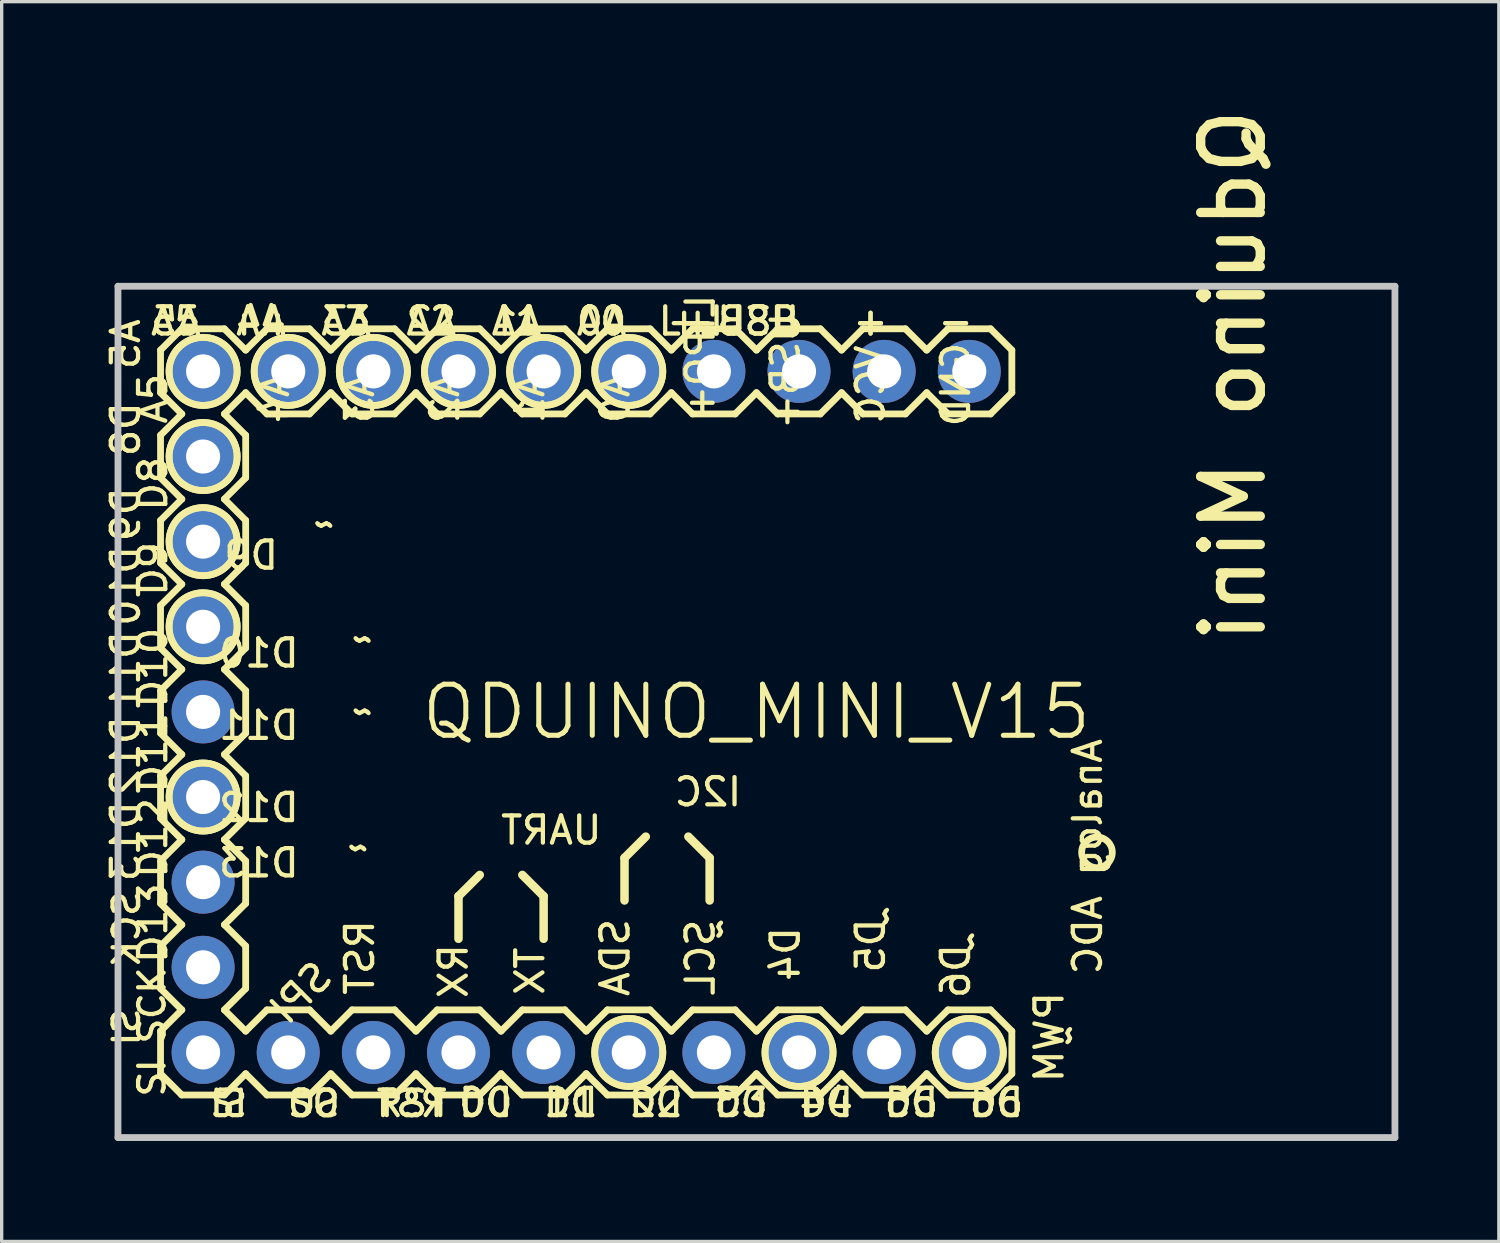
<source format=kicad_pcb>
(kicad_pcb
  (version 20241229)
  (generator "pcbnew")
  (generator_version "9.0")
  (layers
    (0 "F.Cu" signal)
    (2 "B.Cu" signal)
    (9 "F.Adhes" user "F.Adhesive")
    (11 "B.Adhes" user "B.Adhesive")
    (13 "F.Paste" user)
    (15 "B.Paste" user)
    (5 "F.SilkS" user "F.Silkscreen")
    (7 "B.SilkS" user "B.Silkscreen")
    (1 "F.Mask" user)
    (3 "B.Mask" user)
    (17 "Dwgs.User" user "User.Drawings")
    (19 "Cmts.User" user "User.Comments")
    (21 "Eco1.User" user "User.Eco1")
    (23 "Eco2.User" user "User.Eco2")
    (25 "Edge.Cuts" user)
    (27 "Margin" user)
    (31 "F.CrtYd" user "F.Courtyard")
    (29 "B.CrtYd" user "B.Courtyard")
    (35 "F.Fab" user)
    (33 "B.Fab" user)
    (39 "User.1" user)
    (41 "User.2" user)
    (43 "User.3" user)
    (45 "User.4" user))
  (footprint "QDUINO_MINI_V15"
    (layer "F.Cu")
    (at 19.52 18.191)
    (property "Reference" "QDUINO_MINI_V15" (at 0 0 0) (layer "F.SilkS") (effects (font (size 1.524 1.524) (thickness 0.15))))
    (attr exclude_from_pos_files exclude_from_bom)
    (fp_line (start -17.78 -10.795) (end -17.78 -9.525) (stroke (width 0.203) (type solid)) (layer "F.SilkS"))
    (fp_line (start -17.78 -9.525) (end -17.145 -8.89) (stroke (width 0.203) (type solid)) (layer "F.SilkS"))
    (fp_line (start -17.78 -8.255) (end -17.145 -8.89) (stroke (width 0.203) (type solid)) (layer "F.SilkS"))
    (fp_line (start -17.78 -6.985) (end -17.78 -8.255) (stroke (width 0.203) (type solid)) (layer "F.SilkS"))
    (fp_line (start -17.78 -6.985) (end -17.145 -6.35) (stroke (width 0.203) (type solid)) (layer "F.SilkS"))
    (fp_line (start -17.78 -5.715) (end -17.145 -6.35) (stroke (width 0.203) (type solid)) (layer "F.SilkS"))
    (fp_line (start -17.78 -4.445) (end -17.78 -5.715) (stroke (width 0.203) (type solid)) (layer "F.SilkS"))
    (fp_line (start -17.78 -3.175) (end -17.145 -3.81) (stroke (width 0.203) (type solid)) (layer "F.SilkS"))
    (fp_line (start -17.78 -1.905) (end -17.78 -3.175) (stroke (width 0.203) (type solid)) (layer "F.SilkS"))
    (fp_line (start -17.78 -0.635) (end -17.145 -1.27) (stroke (width 0.203) (type solid)) (layer "F.SilkS"))
    (fp_line (start -17.78 0.635) (end -17.78 -0.635) (stroke (width 0.203) (type solid)) (layer "F.SilkS"))
    (fp_line (start -17.78 0.635) (end -17.145 1.27) (stroke (width 0.203) (type solid)) (layer "F.SilkS"))
    (fp_line (start -17.78 1.905) (end -17.145 1.27) (stroke (width 0.203) (type solid)) (layer "F.SilkS"))
    (fp_line (start -17.78 3.175) (end -17.78 1.905) (stroke (width 0.203) (type solid)) (layer "F.SilkS"))
    (fp_line (start -17.78 4.445) (end -17.145 3.81) (stroke (width 0.203) (type solid)) (layer "F.SilkS"))
    (fp_line (start -17.78 5.715) (end -17.78 4.445) (stroke (width 0.203) (type solid)) (layer "F.SilkS"))
    (fp_line (start -17.78 6.985) (end -17.145 6.35) (stroke (width 0.203) (type solid)) (layer "F.SilkS"))
    (fp_line (start -17.78 8.255) (end -17.78 6.985) (stroke (width 0.203) (type solid)) (layer "F.SilkS"))
    (fp_line (start -17.78 8.255) (end -17.145 8.89) (stroke (width 0.203) (type solid)) (layer "F.SilkS"))
    (fp_line (start -17.78 9.525) (end -17.78 10.795) (stroke (width 0.203) (type solid)) (layer "F.SilkS"))
    (fp_line (start -17.78 10.795) (end -17.145 11.43) (stroke (width 0.203) (type solid)) (layer "F.SilkS"))
    (fp_line (start -17.145 -11.43) (end -17.78 -10.795) (stroke (width 0.203) (type solid)) (layer "F.SilkS"))
    (fp_line (start -17.145 -11.43) (end -15.875 -11.43) (stroke (width 0.203) (type solid)) (layer "F.SilkS"))
    (fp_line (start -17.145 -3.81) (end -17.78 -4.445) (stroke (width 0.203) (type solid)) (layer "F.SilkS"))
    (fp_line (start -17.145 -1.27) (end -17.78 -1.905) (stroke (width 0.203) (type solid)) (layer "F.SilkS"))
    (fp_line (start -17.145 3.81) (end -17.78 3.175) (stroke (width 0.203) (type solid)) (layer "F.SilkS"))
    (fp_line (start -17.145 6.35) (end -17.78 5.715) (stroke (width 0.203) (type solid)) (layer "F.SilkS"))
    (fp_line (start -17.145 8.89) (end -17.78 9.525) (stroke (width 0.203) (type solid)) (layer "F.SilkS"))
    (fp_line (start -15.875 -11.43) (end -15.24 -10.795) (stroke (width 0.203) (type solid)) (layer "F.SilkS"))
    (fp_line (start -15.875 -8.89) (end -15.24 -8.255) (stroke (width 0.203) (type solid)) (layer "F.SilkS"))
    (fp_line (start -15.875 -6.35) (end -15.24 -6.985) (stroke (width 0.203) (type solid)) (layer "F.SilkS"))
    (fp_line (start -15.875 -6.35) (end -15.24 -5.715) (stroke (width 0.203) (type solid)) (layer "F.SilkS"))
    (fp_line (start -15.875 -3.81) (end -15.24 -3.175) (stroke (width 0.203) (type solid)) (layer "F.SilkS"))
    (fp_line (start -15.875 -1.27) (end -15.24 -0.635) (stroke (width 0.203) (type solid)) (layer "F.SilkS"))
    (fp_line (start -15.875 1.27) (end -15.24 0.635) (stroke (width 0.203) (type solid)) (layer "F.SilkS"))
    (fp_line (start -15.875 1.27) (end -15.24 1.905) (stroke (width 0.203) (type solid)) (layer "F.SilkS"))
    (fp_line (start -15.875 3.81) (end -15.24 4.445) (stroke (width 0.203) (type solid)) (layer "F.SilkS"))
    (fp_line (start -15.875 6.35) (end -15.24 6.985) (stroke (width 0.203) (type solid)) (layer "F.SilkS"))
    (fp_line (start -15.875 8.89) (end -15.24 8.255) (stroke (width 0.203) (type solid)) (layer "F.SilkS"))
    (fp_line (start -15.875 8.89) (end -15.24 9.525) (stroke (width 0.203) (type solid)) (layer "F.SilkS"))
    (fp_line (start -15.875 11.43) (end -17.145 11.43) (stroke (width 0.203) (type solid)) (layer "F.SilkS"))
    (fp_line (start -15.24 -10.795) (end -14.605 -11.43) (stroke (width 0.203) (type solid)) (layer "F.SilkS"))
    (fp_line (start -15.24 -9.525) (end -15.875 -8.89) (stroke (width 0.203) (type solid)) (layer "F.SilkS"))
    (fp_line (start -15.24 -8.255) (end -15.24 -6.985) (stroke (width 0.203) (type solid)) (layer "F.SilkS"))
    (fp_line (start -15.24 -5.715) (end -15.24 -4.445) (stroke (width 0.203) (type solid)) (layer "F.SilkS"))
    (fp_line (start -15.24 -4.445) (end -15.875 -3.81) (stroke (width 0.203) (type solid)) (layer "F.SilkS"))
    (fp_line (start -15.24 -3.175) (end -15.24 -1.905) (stroke (width 0.203) (type solid)) (layer "F.SilkS"))
    (fp_line (start -15.24 -1.905) (end -15.875 -1.27) (stroke (width 0.203) (type solid)) (layer "F.SilkS"))
    (fp_line (start -15.24 -0.635) (end -15.24 0.635) (stroke (width 0.203) (type solid)) (layer "F.SilkS"))
    (fp_line (start -15.24 1.905) (end -15.24 3.175) (stroke (width 0.203) (type solid)) (layer "F.SilkS"))
    (fp_line (start -15.24 3.175) (end -15.875 3.81) (stroke (width 0.203) (type solid)) (layer "F.SilkS"))
    (fp_line (start -15.24 4.445) (end -15.24 5.715) (stroke (width 0.203) (type solid)) (layer "F.SilkS"))
    (fp_line (start -15.24 5.715) (end -15.875 6.35) (stroke (width 0.203) (type solid)) (layer "F.SilkS"))
    (fp_line (start -15.24 6.985) (end -15.24 8.255) (stroke (width 0.203) (type solid)) (layer "F.SilkS"))
    (fp_line (start -15.24 9.525) (end -14.605 8.89) (stroke (width 0.203) (type solid)) (layer "F.SilkS"))
    (fp_line (start -15.24 10.795) (end -15.875 11.43) (stroke (width 0.203) (type solid)) (layer "F.SilkS"))
    (fp_line (start -14.605 -11.43) (end -13.335 -11.43) (stroke (width 0.203) (type solid)) (layer "F.SilkS"))
    (fp_line (start -14.605 -8.89) (end -15.24 -9.525) (stroke (width 0.203) (type solid)) (layer "F.SilkS"))
    (fp_line (start -14.605 8.89) (end -13.335 8.89) (stroke (width 0.203) (type solid)) (layer "F.SilkS"))
    (fp_line (start -14.605 11.43) (end -15.24 10.795) (stroke (width 0.203) (type solid)) (layer "F.SilkS"))
    (fp_line (start -13.335 -11.43) (end -12.7 -10.795) (stroke (width 0.203) (type solid)) (layer "F.SilkS"))
    (fp_line (start -13.335 -8.89) (end -14.605 -8.89) (stroke (width 0.203) (type solid)) (layer "F.SilkS"))
    (fp_line (start -13.335 8.89) (end -12.7 9.525) (stroke (width 0.203) (type solid)) (layer "F.SilkS"))
    (fp_line (start -13.335 11.43) (end -14.605 11.43) (stroke (width 0.203) (type solid)) (layer "F.SilkS"))
    (fp_line (start -12.7 -10.795) (end -12.065 -11.43) (stroke (width 0.203) (type solid)) (layer "F.SilkS"))
    (fp_line (start -12.7 -9.525) (end -13.335 -8.89) (stroke (width 0.203) (type solid)) (layer "F.SilkS"))
    (fp_line (start -12.7 9.525) (end -12.065 8.89) (stroke (width 0.203) (type solid)) (layer "F.SilkS"))
    (fp_line (start -12.7 10.795) (end -13.335 11.43) (stroke (width 0.203) (type solid)) (layer "F.SilkS"))
    (fp_line (start -12.065 -11.43) (end -10.795 -11.43) (stroke (width 0.203) (type solid)) (layer "F.SilkS"))
    (fp_line (start -12.065 -8.89) (end -12.7 -9.525) (stroke (width 0.203) (type solid)) (layer "F.SilkS"))
    (fp_line (start -12.065 8.89) (end -10.795 8.89) (stroke (width 0.203) (type solid)) (layer "F.SilkS"))
    (fp_line (start -12.065 11.43) (end -12.7 10.795) (stroke (width 0.203) (type solid)) (layer "F.SilkS"))
    (fp_line (start -10.795 -11.43) (end -10.16 -10.795) (stroke (width 0.203) (type solid)) (layer "F.SilkS"))
    (fp_line (start -10.795 -8.89) (end -12.065 -8.89) (stroke (width 0.203) (type solid)) (layer "F.SilkS"))
    (fp_line (start -10.795 8.89) (end -10.16 9.525) (stroke (width 0.203) (type solid)) (layer "F.SilkS"))
    (fp_line (start -10.795 11.43) (end -12.065 11.43) (stroke (width 0.203) (type solid)) (layer "F.SilkS"))
    (fp_line (start -10.16 -9.525) (end -10.795 -8.89) (stroke (width 0.203) (type solid)) (layer "F.SilkS"))
    (fp_line (start -10.16 -9.525) (end -9.525 -8.89) (stroke (width 0.203) (type solid)) (layer "F.SilkS"))
    (fp_line (start -10.16 10.795) (end -10.795 11.43) (stroke (width 0.203) (type solid)) (layer "F.SilkS"))
    (fp_line (start -10.16 10.795) (end -9.525 11.43) (stroke (width 0.203) (type solid)) (layer "F.SilkS"))
    (fp_line (start -9.525 -11.43) (end -10.16 -10.795) (stroke (width 0.203) (type solid)) (layer "F.SilkS"))
    (fp_line (start -9.525 -11.43) (end -8.255 -11.43) (stroke (width 0.203) (type solid)) (layer "F.SilkS"))
    (fp_line (start -9.525 8.89) (end -10.16 9.525) (stroke (width 0.203) (type solid)) (layer "F.SilkS"))
    (fp_line (start -9.525 8.89) (end -8.255 8.89) (stroke (width 0.203) (type solid)) (layer "F.SilkS"))
    (fp_line (start -8.89 5.499) (end -8.89 6.769) (stroke (width 0.254) (type solid)) (layer "F.SilkS"))
    (fp_line (start -8.89 5.499) (end -8.255 4.864) (stroke (width 0.254) (type solid)) (layer "F.SilkS"))
    (fp_line (start -8.255 -11.43) (end -7.62 -10.795) (stroke (width 0.203) (type solid)) (layer "F.SilkS"))
    (fp_line (start -8.255 -8.89) (end -9.525 -8.89) (stroke (width 0.203) (type solid)) (layer "F.SilkS"))
    (fp_line (start -8.255 8.89) (end -7.62 9.525) (stroke (width 0.203) (type solid)) (layer "F.SilkS"))
    (fp_line (start -8.255 11.43) (end -9.525 11.43) (stroke (width 0.203) (type solid)) (layer "F.SilkS"))
    (fp_line (start -7.62 -10.795) (end -6.985 -11.43) (stroke (width 0.203) (type solid)) (layer "F.SilkS"))
    (fp_line (start -7.62 -9.525) (end -8.255 -8.89) (stroke (width 0.203) (type solid)) (layer "F.SilkS"))
    (fp_line (start -7.62 9.525) (end -6.985 8.89) (stroke (width 0.203) (type solid)) (layer "F.SilkS"))
    (fp_line (start -7.62 10.795) (end -8.255 11.43) (stroke (width 0.203) (type solid)) (layer "F.SilkS"))
    (fp_line (start -6.985 -11.43) (end -5.715 -11.43) (stroke (width 0.203) (type solid)) (layer "F.SilkS"))
    (fp_line (start -6.985 -8.89) (end -7.62 -9.525) (stroke (width 0.203) (type solid)) (layer "F.SilkS"))
    (fp_line (start -6.985 4.864) (end -6.35 5.499) (stroke (width 0.254) (type solid)) (layer "F.SilkS"))
    (fp_line (start -6.985 8.89) (end -5.715 8.89) (stroke (width 0.203) (type solid)) (layer "F.SilkS"))
    (fp_line (start -6.985 11.43) (end -7.62 10.795) (stroke (width 0.203) (type solid)) (layer "F.SilkS"))
    (fp_line (start -6.35 5.499) (end -6.35 6.769) (stroke (width 0.254) (type solid)) (layer "F.SilkS"))
    (fp_line (start -5.715 -11.43) (end -5.08 -10.795) (stroke (width 0.203) (type solid)) (layer "F.SilkS"))
    (fp_line (start -5.715 -8.89) (end -6.985 -8.89) (stroke (width 0.203) (type solid)) (layer "F.SilkS"))
    (fp_line (start -5.715 8.89) (end -5.08 9.525) (stroke (width 0.203) (type solid)) (layer "F.SilkS"))
    (fp_line (start -5.715 11.43) (end -6.985 11.43) (stroke (width 0.203) (type solid)) (layer "F.SilkS"))
    (fp_line (start -5.08 -10.795) (end -4.445 -11.43) (stroke (width 0.203) (type solid)) (layer "F.SilkS"))
    (fp_line (start -5.08 -9.525) (end -5.715 -8.89) (stroke (width 0.203) (type solid)) (layer "F.SilkS"))
    (fp_line (start -5.08 9.525) (end -4.445 8.89) (stroke (width 0.203) (type solid)) (layer "F.SilkS"))
    (fp_line (start -5.08 10.795) (end -5.715 11.43) (stroke (width 0.203) (type solid)) (layer "F.SilkS"))
    (fp_line (start -4.445 -11.43) (end -3.175 -11.43) (stroke (width 0.203) (type solid)) (layer "F.SilkS"))
    (fp_line (start -4.445 -8.89) (end -5.08 -9.525) (stroke (width 0.203) (type solid)) (layer "F.SilkS"))
    (fp_line (start -4.445 8.89) (end -3.175 8.89) (stroke (width 0.203) (type solid)) (layer "F.SilkS"))
    (fp_line (start -4.445 11.43) (end -5.08 10.795) (stroke (width 0.203) (type solid)) (layer "F.SilkS"))
    (fp_line (start -3.937 4.356) (end -3.302 3.721) (stroke (width 0.254) (type solid)) (layer "F.SilkS"))
    (fp_line (start -3.937 5.626) (end -3.937 4.356) (stroke (width 0.254) (type solid)) (layer "F.SilkS"))
    (fp_line (start -3.175 -11.43) (end -2.54 -10.795) (stroke (width 0.203) (type solid)) (layer "F.SilkS"))
    (fp_line (start -3.175 -8.89) (end -4.445 -8.89) (stroke (width 0.203) (type solid)) (layer "F.SilkS"))
    (fp_line (start -3.175 8.89) (end -2.54 9.525) (stroke (width 0.203) (type solid)) (layer "F.SilkS"))
    (fp_line (start -3.175 11.43) (end -4.445 11.43) (stroke (width 0.203) (type solid)) (layer "F.SilkS"))
    (fp_line (start -2.54 -9.525) (end -3.175 -8.89) (stroke (width 0.203) (type solid)) (layer "F.SilkS"))
    (fp_line (start -2.54 -9.525) (end -1.905 -8.89) (stroke (width 0.203) (type solid)) (layer "F.SilkS"))
    (fp_line (start -2.54 10.795) (end -3.175 11.43) (stroke (width 0.203) (type solid)) (layer "F.SilkS"))
    (fp_line (start -2.54 10.795) (end -1.905 11.43) (stroke (width 0.203) (type solid)) (layer "F.SilkS"))
    (fp_line (start -2.032 3.721) (end -1.397 4.356) (stroke (width 0.254) (type solid)) (layer "F.SilkS"))
    (fp_line (start -1.905 -11.43) (end -2.54 -10.795) (stroke (width 0.203) (type solid)) (layer "F.SilkS"))
    (fp_line (start -1.905 -11.43) (end -0.635 -11.43) (stroke (width 0.203) (type solid)) (layer "F.SilkS"))
    (fp_line (start -1.905 8.89) (end -2.54 9.525) (stroke (width 0.203) (type solid)) (layer "F.SilkS"))
    (fp_line (start -1.905 8.89) (end -0.635 8.89) (stroke (width 0.203) (type solid)) (layer "F.SilkS"))
    (fp_line (start -1.397 4.356) (end -1.397 5.626) (stroke (width 0.254) (type solid)) (layer "F.SilkS"))
    (fp_line (start -0.635 -11.43) (end 0 -10.795) (stroke (width 0.203) (type solid)) (layer "F.SilkS"))
    (fp_line (start -0.635 -8.89) (end -1.905 -8.89) (stroke (width 0.203) (type solid)) (layer "F.SilkS"))
    (fp_line (start -0.635 8.89) (end 0 9.525) (stroke (width 0.203) (type solid)) (layer "F.SilkS"))
    (fp_line (start -0.635 11.43) (end -1.905 11.43) (stroke (width 0.203) (type solid)) (layer "F.SilkS"))
    (fp_line (start 0 -9.525) (end -0.635 -8.89) (stroke (width 0.203) (type solid)) (layer "F.SilkS"))
    (fp_line (start 0 -9.525) (end 0.635 -8.89) (stroke (width 0.203) (type solid)) (layer "F.SilkS"))
    (fp_line (start 0 10.795) (end -0.635 11.43) (stroke (width 0.203) (type solid)) (layer "F.SilkS"))
    (fp_line (start 0 10.795) (end 0.635 11.43) (stroke (width 0.203) (type solid)) (layer "F.SilkS"))
    (fp_line (start 0.635 -11.43) (end 0 -10.795) (stroke (width 0.203) (type solid)) (layer "F.SilkS"))
    (fp_line (start 0.635 -11.43) (end 1.905 -11.43) (stroke (width 0.203) (type solid)) (layer "F.SilkS"))
    (fp_line (start 0.635 8.89) (end 0 9.525) (stroke (width 0.203) (type solid)) (layer "F.SilkS"))
    (fp_line (start 0.635 8.89) (end 1.905 8.89) (stroke (width 0.203) (type solid)) (layer "F.SilkS"))
    (fp_line (start 1.905 -11.43) (end 2.54 -10.795) (stroke (width 0.203) (type solid)) (layer "F.SilkS"))
    (fp_line (start 1.905 -8.89) (end 0.635 -8.89) (stroke (width 0.203) (type solid)) (layer "F.SilkS"))
    (fp_line (start 1.905 8.89) (end 2.54 9.525) (stroke (width 0.203) (type solid)) (layer "F.SilkS"))
    (fp_line (start 1.905 11.43) (end 0.635 11.43) (stroke (width 0.203) (type solid)) (layer "F.SilkS"))
    (fp_line (start 2.54 -9.525) (end 1.905 -8.89) (stroke (width 0.203) (type solid)) (layer "F.SilkS"))
    (fp_line (start 2.54 -9.525) (end 3.175 -8.89) (stroke (width 0.203) (type solid)) (layer "F.SilkS"))
    (fp_line (start 2.54 10.795) (end 1.905 11.43) (stroke (width 0.203) (type solid)) (layer "F.SilkS"))
    (fp_line (start 2.54 10.795) (end 3.175 11.43) (stroke (width 0.203) (type solid)) (layer "F.SilkS"))
    (fp_line (start 3.175 -11.43) (end 2.54 -10.795) (stroke (width 0.203) (type solid)) (layer "F.SilkS"))
    (fp_line (start 3.175 -11.43) (end 4.445 -11.43) (stroke (width 0.203) (type solid)) (layer "F.SilkS"))
    (fp_line (start 3.175 8.89) (end 2.54 9.525) (stroke (width 0.203) (type solid)) (layer "F.SilkS"))
    (fp_line (start 3.175 8.89) (end 4.445 8.89) (stroke (width 0.203) (type solid)) (layer "F.SilkS"))
    (fp_line (start 4.445 -11.43) (end 5.08 -10.795) (stroke (width 0.203) (type solid)) (layer "F.SilkS"))
    (fp_line (start 4.445 -8.89) (end 3.175 -8.89) (stroke (width 0.203) (type solid)) (layer "F.SilkS"))
    (fp_line (start 4.445 8.89) (end 5.08 9.525) (stroke (width 0.203) (type solid)) (layer "F.SilkS"))
    (fp_line (start 4.445 11.43) (end 3.175 11.43) (stroke (width 0.203) (type solid)) (layer "F.SilkS"))
    (fp_line (start 5.08 -9.525) (end 4.445 -8.89) (stroke (width 0.203) (type solid)) (layer "F.SilkS"))
    (fp_line (start 5.08 -9.525) (end 5.715 -8.89) (stroke (width 0.203) (type solid)) (layer "F.SilkS"))
    (fp_line (start 5.08 10.795) (end 4.445 11.43) (stroke (width 0.203) (type solid)) (layer "F.SilkS"))
    (fp_line (start 5.08 10.795) (end 5.715 11.43) (stroke (width 0.203) (type solid)) (layer "F.SilkS"))
    (fp_line (start 5.715 -11.43) (end 5.08 -10.795) (stroke (width 0.203) (type solid)) (layer "F.SilkS"))
    (fp_line (start 5.715 -11.43) (end 6.985 -11.43) (stroke (width 0.203) (type solid)) (layer "F.SilkS"))
    (fp_line (start 5.715 8.89) (end 5.08 9.525) (stroke (width 0.203) (type solid)) (layer "F.SilkS"))
    (fp_line (start 5.715 8.89) (end 6.985 8.89) (stroke (width 0.203) (type solid)) (layer "F.SilkS"))
    (fp_line (start 6.985 -11.43) (end 7.62 -10.795) (stroke (width 0.203) (type solid)) (layer "F.SilkS"))
    (fp_line (start 6.985 -8.89) (end 5.715 -8.89) (stroke (width 0.203) (type solid)) (layer "F.SilkS"))
    (fp_line (start 6.985 8.89) (end 7.62 9.525) (stroke (width 0.203) (type solid)) (layer "F.SilkS"))
    (fp_line (start 6.985 11.43) (end 5.715 11.43) (stroke (width 0.203) (type solid)) (layer "F.SilkS"))
    (fp_line (start 7.62 -10.795) (end 7.62 -9.525) (stroke (width 0.203) (type solid)) (layer "F.SilkS"))
    (fp_line (start 7.62 -9.525) (end 6.985 -8.89) (stroke (width 0.203) (type solid)) (layer "F.SilkS"))
    (fp_line (start 7.62 9.525) (end 7.62 10.795) (stroke (width 0.203) (type solid)) (layer "F.SilkS"))
    (fp_line (start 7.62 10.795) (end 6.985 11.43) (stroke (width 0.203) (type solid)) (layer "F.SilkS"))
    (fp_circle (center -16.51 -10.16) (end -16.51 -11.176) (stroke (width 0.203) (type solid)) (fill no) (layer "F.SilkS"))
    (fp_circle (center -16.51 -10.16) (end -16.51 -11.176) (stroke (width 0.203) (type solid)) (fill no) (layer "F.SilkS"))
    (fp_circle (center -16.51 -7.62) (end -16.51 -8.636) (stroke (width 0.203) (type solid)) (fill no) (layer "F.SilkS"))
    (fp_circle (center -16.51 -7.62) (end -16.51 -8.636) (stroke (width 0.203) (type solid)) (fill no) (layer "F.SilkS"))
    (fp_circle (center -16.51 -5.08) (end -16.51 -6.096) (stroke (width 0.203) (type solid)) (fill no) (layer "F.SilkS"))
    (fp_circle (center -16.51 -5.08) (end -16.51 -6.096) (stroke (width 0.203) (type solid)) (fill no) (layer "F.SilkS"))
    (fp_circle (center -16.51 -2.54) (end -16.51 -3.556) (stroke (width 0.203) (type solid)) (fill no) (layer "F.SilkS"))
    (fp_circle (center -16.51 -2.54) (end -16.51 -3.556) (stroke (width 0.203) (type solid)) (fill no) (layer "F.SilkS"))
    (fp_circle (center -16.51 2.54) (end -16.51 1.524) (stroke (width 0.203) (type solid)) (fill no) (layer "F.SilkS"))
    (fp_circle (center -16.51 2.54) (end -16.51 1.524) (stroke (width 0.203) (type solid)) (fill no) (layer "F.SilkS"))
    (fp_circle (center -13.97 -10.16) (end -13.97 -11.176) (stroke (width 0.203) (type solid)) (fill no) (layer "F.SilkS"))
    (fp_circle (center -13.97 -10.16) (end -13.97 -11.176) (stroke (width 0.203) (type solid)) (fill no) (layer "F.SilkS"))
    (fp_circle (center -11.43 -10.16) (end -11.43 -11.176) (stroke (width 0.203) (type solid)) (fill no) (layer "F.SilkS"))
    (fp_circle (center -11.43 -10.16) (end -11.43 -11.176) (stroke (width 0.203) (type solid)) (fill no) (layer "F.SilkS"))
    (fp_circle (center -8.89 -10.16) (end -8.89 -11.176) (stroke (width 0.203) (type solid)) (fill no) (layer "F.SilkS"))
    (fp_circle (center -8.89 -10.16) (end -8.89 -11.176) (stroke (width 0.203) (type solid)) (fill no) (layer "F.SilkS"))
    (fp_circle (center -6.35 -10.16) (end -6.35 -11.176) (stroke (width 0.203) (type solid)) (fill no) (layer "F.SilkS"))
    (fp_circle (center -6.35 -10.16) (end -6.35 -11.176) (stroke (width 0.203) (type solid)) (fill no) (layer "F.SilkS"))
    (fp_circle (center -3.81 -10.16) (end -3.81 -11.176) (stroke (width 0.203) (type solid)) (fill no) (layer "F.SilkS"))
    (fp_circle (center -3.81 -10.16) (end -3.81 -11.176) (stroke (width 0.203) (type solid)) (fill no) (layer "F.SilkS"))
    (fp_circle (center -3.81 10.16) (end -3.81 9.144) (stroke (width 0.203) (type solid)) (fill no) (layer "F.SilkS"))
    (fp_circle (center -3.81 10.16) (end -3.81 9.144) (stroke (width 0.203) (type solid)) (fill no) (layer "F.SilkS"))
    (fp_circle (center 1.27 10.16) (end 1.27 9.144) (stroke (width 0.203) (type solid)) (fill no) (layer "F.SilkS"))
    (fp_circle (center 1.27 10.16) (end 1.27 9.144) (stroke (width 0.203) (type solid)) (fill no) (layer "F.SilkS"))
    (fp_circle (center 6.35 10.16) (end 6.35 9.144) (stroke (width 0.203) (type solid)) (fill no) (layer "F.SilkS"))
    (fp_circle (center 6.35 10.16) (end 6.35 9.144) (stroke (width 0.203) (type solid)) (fill no) (layer "F.SilkS"))
    (fp_circle (center 10.16 4.191) (end 10.16 3.734) (stroke (width 0.203) (type solid)) (fill no) (layer "F.SilkS"))
    (fp_line (start -19.05 -12.7) (end -19.05 12.7) (stroke (width 0.203) (type solid)) (layer "Dwgs.User"))
    (fp_line (start -19.05 12.7) (end 19.05 12.7) (stroke (width 0.203) (type solid)) (layer "Dwgs.User"))
    (fp_line (start -16.764 -10.414) (end -16.256 -10.414) (stroke (width 0.066) (type solid)) (layer "Dwgs.User"))
    (fp_line (start -16.764 -9.906) (end -16.764 -10.414) (stroke (width 0.066) (type solid)) (layer "Dwgs.User"))
    (fp_line (start -16.764 -9.906) (end -16.256 -9.906) (stroke (width 0.066) (type solid)) (layer "Dwgs.User"))
    (fp_line (start -16.764 -7.874) (end -16.256 -7.874) (stroke (width 0.066) (type solid)) (layer "Dwgs.User"))
    (fp_line (start -16.764 -7.366) (end -16.764 -7.874) (stroke (width 0.066) (type solid)) (layer "Dwgs.User"))
    (fp_line (start -16.764 -7.366) (end -16.256 -7.366) (stroke (width 0.066) (type solid)) (layer "Dwgs.User"))
    (fp_line (start -16.764 -5.334) (end -16.256 -5.334) (stroke (width 0.066) (type solid)) (layer "Dwgs.User"))
    (fp_line (start -16.764 -4.826) (end -16.764 -5.334) (stroke (width 0.066) (type solid)) (layer "Dwgs.User"))
    (fp_line (start -16.764 -4.826) (end -16.256 -4.826) (stroke (width 0.066) (type solid)) (layer "Dwgs.User"))
    (fp_line (start -16.764 -2.794) (end -16.256 -2.794) (stroke (width 0.066) (type solid)) (layer "Dwgs.User"))
    (fp_line (start -16.764 -2.286) (end -16.764 -2.794) (stroke (width 0.066) (type solid)) (layer "Dwgs.User"))
    (fp_line (start -16.764 -2.286) (end -16.256 -2.286) (stroke (width 0.066) (type solid)) (layer "Dwgs.User"))
    (fp_line (start -16.764 -0.254) (end -16.256 -0.254) (stroke (width 0.066) (type solid)) (layer "Dwgs.User"))
    (fp_line (start -16.764 0.254) (end -16.764 -0.254) (stroke (width 0.066) (type solid)) (layer "Dwgs.User"))
    (fp_line (start -16.764 0.254) (end -16.256 0.254) (stroke (width 0.066) (type solid)) (layer "Dwgs.User"))
    (fp_line (start -16.764 2.286) (end -16.256 2.286) (stroke (width 0.066) (type solid)) (layer "Dwgs.User"))
    (fp_line (start -16.764 2.794) (end -16.764 2.286) (stroke (width 0.066) (type solid)) (layer "Dwgs.User"))
    (fp_line (start -16.764 2.794) (end -16.256 2.794) (stroke (width 0.066) (type solid)) (layer "Dwgs.User"))
    (fp_line (start -16.764 4.826) (end -16.256 4.826) (stroke (width 0.066) (type solid)) (layer "Dwgs.User"))
    (fp_line (start -16.764 5.334) (end -16.764 4.826) (stroke (width 0.066) (type solid)) (layer "Dwgs.User"))
    (fp_line (start -16.764 5.334) (end -16.256 5.334) (stroke (width 0.066) (type solid)) (layer "Dwgs.User"))
    (fp_line (start -16.764 7.366) (end -16.256 7.366) (stroke (width 0.066) (type solid)) (layer "Dwgs.User"))
    (fp_line (start -16.764 7.874) (end -16.764 7.366) (stroke (width 0.066) (type solid)) (layer "Dwgs.User"))
    (fp_line (start -16.764 7.874) (end -16.256 7.874) (stroke (width 0.066) (type solid)) (layer "Dwgs.User"))
    (fp_line (start -16.764 9.906) (end -16.256 9.906) (stroke (width 0.066) (type solid)) (layer "Dwgs.User"))
    (fp_line (start -16.764 10.414) (end -16.764 9.906) (stroke (width 0.066) (type solid)) (layer "Dwgs.User"))
    (fp_line (start -16.764 10.414) (end -16.256 10.414) (stroke (width 0.066) (type solid)) (layer "Dwgs.User"))
    (fp_line (start -16.256 -9.906) (end -16.256 -10.414) (stroke (width 0.066) (type solid)) (layer "Dwgs.User"))
    (fp_line (start -16.256 -7.366) (end -16.256 -7.874) (stroke (width 0.066) (type solid)) (layer "Dwgs.User"))
    (fp_line (start -16.256 -4.826) (end -16.256 -5.334) (stroke (width 0.066) (type solid)) (layer "Dwgs.User"))
    (fp_line (start -16.256 -2.286) (end -16.256 -2.794) (stroke (width 0.066) (type solid)) (layer "Dwgs.User"))
    (fp_line (start -16.256 0.254) (end -16.256 -0.254) (stroke (width 0.066) (type solid)) (layer "Dwgs.User"))
    (fp_line (start -16.256 2.794) (end -16.256 2.286) (stroke (width 0.066) (type solid)) (layer "Dwgs.User"))
    (fp_line (start -16.256 5.334) (end -16.256 4.826) (stroke (width 0.066) (type solid)) (layer "Dwgs.User"))
    (fp_line (start -16.256 7.874) (end -16.256 7.366) (stroke (width 0.066) (type solid)) (layer "Dwgs.User"))
    (fp_line (start -16.256 10.414) (end -16.256 9.906) (stroke (width 0.066) (type solid)) (layer "Dwgs.User"))
    (fp_line (start -14.224 -10.414) (end -13.716 -10.414) (stroke (width 0.066) (type solid)) (layer "Dwgs.User"))
    (fp_line (start -14.224 -9.906) (end -14.224 -10.414) (stroke (width 0.066) (type solid)) (layer "Dwgs.User"))
    (fp_line (start -14.224 -9.906) (end -13.716 -9.906) (stroke (width 0.066) (type solid)) (layer "Dwgs.User"))
    (fp_line (start -14.224 9.906) (end -13.716 9.906) (stroke (width 0.066) (type solid)) (layer "Dwgs.User"))
    (fp_line (start -14.224 10.414) (end -14.224 9.906) (stroke (width 0.066) (type solid)) (layer "Dwgs.User"))
    (fp_line (start -14.224 10.414) (end -13.716 10.414) (stroke (width 0.066) (type solid)) (layer "Dwgs.User"))
    (fp_line (start -13.716 -9.906) (end -13.716 -10.414) (stroke (width 0.066) (type solid)) (layer "Dwgs.User"))
    (fp_line (start -13.716 10.414) (end -13.716 9.906) (stroke (width 0.066) (type solid)) (layer "Dwgs.User"))
    (fp_line (start -11.684 -10.414) (end -11.176 -10.414) (stroke (width 0.066) (type solid)) (layer "Dwgs.User"))
    (fp_line (start -11.684 -9.906) (end -11.684 -10.414) (stroke (width 0.066) (type solid)) (layer "Dwgs.User"))
    (fp_line (start -11.684 -9.906) (end -11.176 -9.906) (stroke (width 0.066) (type solid)) (layer "Dwgs.User"))
    (fp_line (start -11.684 9.906) (end -11.176 9.906) (stroke (width 0.066) (type solid)) (layer "Dwgs.User"))
    (fp_line (start -11.684 10.414) (end -11.684 9.906) (stroke (width 0.066) (type solid)) (layer "Dwgs.User"))
    (fp_line (start -11.684 10.414) (end -11.176 10.414) (stroke (width 0.066) (type solid)) (layer "Dwgs.User"))
    (fp_line (start -11.176 -9.906) (end -11.176 -10.414) (stroke (width 0.066) (type solid)) (layer "Dwgs.User"))
    (fp_line (start -11.176 10.414) (end -11.176 9.906) (stroke (width 0.066) (type solid)) (layer "Dwgs.User"))
    (fp_line (start -9.144 -10.414) (end -8.636 -10.414) (stroke (width 0.066) (type solid)) (layer "Dwgs.User"))
    (fp_line (start -9.144 -9.906) (end -9.144 -10.414) (stroke (width 0.066) (type solid)) (layer "Dwgs.User"))
    (fp_line (start -9.144 -9.906) (end -8.636 -9.906) (stroke (width 0.066) (type solid)) (layer "Dwgs.User"))
    (fp_line (start -9.144 9.906) (end -8.636 9.906) (stroke (width 0.066) (type solid)) (layer "Dwgs.User"))
    (fp_line (start -9.144 10.414) (end -9.144 9.906) (stroke (width 0.066) (type solid)) (layer "Dwgs.User"))
    (fp_line (start -9.144 10.414) (end -8.636 10.414) (stroke (width 0.066) (type solid)) (layer "Dwgs.User"))
    (fp_line (start -8.636 -9.906) (end -8.636 -10.414) (stroke (width 0.066) (type solid)) (layer "Dwgs.User"))
    (fp_line (start -8.636 10.414) (end -8.636 9.906) (stroke (width 0.066) (type solid)) (layer "Dwgs.User"))
    (fp_line (start -6.604 -10.414) (end -6.096 -10.414) (stroke (width 0.066) (type solid)) (layer "Dwgs.User"))
    (fp_line (start -6.604 -9.906) (end -6.604 -10.414) (stroke (width 0.066) (type solid)) (layer "Dwgs.User"))
    (fp_line (start -6.604 -9.906) (end -6.096 -9.906) (stroke (width 0.066) (type solid)) (layer "Dwgs.User"))
    (fp_line (start -6.604 9.906) (end -6.096 9.906) (stroke (width 0.066) (type solid)) (layer "Dwgs.User"))
    (fp_line (start -6.604 10.414) (end -6.604 9.906) (stroke (width 0.066) (type solid)) (layer "Dwgs.User"))
    (fp_line (start -6.604 10.414) (end -6.096 10.414) (stroke (width 0.066) (type solid)) (layer "Dwgs.User"))
    (fp_line (start -6.096 -9.906) (end -6.096 -10.414) (stroke (width 0.066) (type solid)) (layer "Dwgs.User"))
    (fp_line (start -6.096 10.414) (end -6.096 9.906) (stroke (width 0.066) (type solid)) (layer "Dwgs.User"))
    (fp_line (start -4.064 -10.414) (end -3.556 -10.414) (stroke (width 0.066) (type solid)) (layer "Dwgs.User"))
    (fp_line (start -4.064 -9.906) (end -4.064 -10.414) (stroke (width 0.066) (type solid)) (layer "Dwgs.User"))
    (fp_line (start -4.064 -9.906) (end -3.556 -9.906) (stroke (width 0.066) (type solid)) (layer "Dwgs.User"))
    (fp_line (start -4.064 9.906) (end -3.556 9.906) (stroke (width 0.066) (type solid)) (layer "Dwgs.User"))
    (fp_line (start -4.064 10.414) (end -4.064 9.906) (stroke (width 0.066) (type solid)) (layer "Dwgs.User"))
    (fp_line (start -4.064 10.414) (end -3.556 10.414) (stroke (width 0.066) (type solid)) (layer "Dwgs.User"))
    (fp_line (start -3.556 -9.906) (end -3.556 -10.414) (stroke (width 0.066) (type solid)) (layer "Dwgs.User"))
    (fp_line (start -3.556 10.414) (end -3.556 9.906) (stroke (width 0.066) (type solid)) (layer "Dwgs.User"))
    (fp_line (start -1.524 -10.414) (end -1.016 -10.414) (stroke (width 0.066) (type solid)) (layer "Dwgs.User"))
    (fp_line (start -1.524 -9.906) (end -1.524 -10.414) (stroke (width 0.066) (type solid)) (layer "Dwgs.User"))
    (fp_line (start -1.524 -9.906) (end -1.016 -9.906) (stroke (width 0.066) (type solid)) (layer "Dwgs.User"))
    (fp_line (start -1.524 9.906) (end -1.016 9.906) (stroke (width 0.066) (type solid)) (layer "Dwgs.User"))
    (fp_line (start -1.524 10.414) (end -1.524 9.906) (stroke (width 0.066) (type solid)) (layer "Dwgs.User"))
    (fp_line (start -1.524 10.414) (end -1.016 10.414) (stroke (width 0.066) (type solid)) (layer "Dwgs.User"))
    (fp_line (start -1.016 -9.906) (end -1.016 -10.414) (stroke (width 0.066) (type solid)) (layer "Dwgs.User"))
    (fp_line (start -1.016 10.414) (end -1.016 9.906) (stroke (width 0.066) (type solid)) (layer "Dwgs.User"))
    (fp_line (start 1.016 -10.414) (end 1.524 -10.414) (stroke (width 0.066) (type solid)) (layer "Dwgs.User"))
    (fp_line (start 1.016 -9.906) (end 1.016 -10.414) (stroke (width 0.066) (type solid)) (layer "Dwgs.User"))
    (fp_line (start 1.016 -9.906) (end 1.524 -9.906) (stroke (width 0.066) (type solid)) (layer "Dwgs.User"))
    (fp_line (start 1.016 9.906) (end 1.524 9.906) (stroke (width 0.066) (type solid)) (layer "Dwgs.User"))
    (fp_line (start 1.016 10.414) (end 1.016 9.906) (stroke (width 0.066) (type solid)) (layer "Dwgs.User"))
    (fp_line (start 1.016 10.414) (end 1.524 10.414) (stroke (width 0.066) (type solid)) (layer "Dwgs.User"))
    (fp_line (start 1.524 -9.906) (end 1.524 -10.414) (stroke (width 0.066) (type solid)) (layer "Dwgs.User"))
    (fp_line (start 1.524 10.414) (end 1.524 9.906) (stroke (width 0.066) (type solid)) (layer "Dwgs.User"))
    (fp_line (start 3.556 -10.414) (end 4.064 -10.414) (stroke (width 0.066) (type solid)) (layer "Dwgs.User"))
    (fp_line (start 3.556 -9.906) (end 3.556 -10.414) (stroke (width 0.066) (type solid)) (layer "Dwgs.User"))
    (fp_line (start 3.556 -9.906) (end 4.064 -9.906) (stroke (width 0.066) (type solid)) (layer "Dwgs.User"))
    (fp_line (start 3.556 9.906) (end 4.064 9.906) (stroke (width 0.066) (type solid)) (layer "Dwgs.User"))
    (fp_line (start 3.556 10.414) (end 3.556 9.906) (stroke (width 0.066) (type solid)) (layer "Dwgs.User"))
    (fp_line (start 3.556 10.414) (end 4.064 10.414) (stroke (width 0.066) (type solid)) (layer "Dwgs.User"))
    (fp_line (start 4.064 -9.906) (end 4.064 -10.414) (stroke (width 0.066) (type solid)) (layer "Dwgs.User"))
    (fp_line (start 4.064 10.414) (end 4.064 9.906) (stroke (width 0.066) (type solid)) (layer "Dwgs.User"))
    (fp_line (start 6.096 -10.414) (end 6.604 -10.414) (stroke (width 0.066) (type solid)) (layer "Dwgs.User"))
    (fp_line (start 6.096 -9.906) (end 6.096 -10.414) (stroke (width 0.066) (type solid)) (layer "Dwgs.User"))
    (fp_line (start 6.096 -9.906) (end 6.604 -9.906) (stroke (width 0.066) (type solid)) (layer "Dwgs.User"))
    (fp_line (start 6.096 9.906) (end 6.604 9.906) (stroke (width 0.066) (type solid)) (layer "Dwgs.User"))
    (fp_line (start 6.096 10.414) (end 6.096 9.906) (stroke (width 0.066) (type solid)) (layer "Dwgs.User"))
    (fp_line (start 6.096 10.414) (end 6.604 10.414) (stroke (width 0.066) (type solid)) (layer "Dwgs.User"))
    (fp_line (start 6.604 -9.906) (end 6.604 -10.414) (stroke (width 0.066) (type solid)) (layer "Dwgs.User"))
    (fp_line (start 6.604 10.414) (end 6.604 9.906) (stroke (width 0.066) (type solid)) (layer "Dwgs.User"))
    (fp_line (start 19.05 -12.7) (end -19.05 -12.7) (stroke (width 0.203) (type solid)) (layer "Dwgs.User"))
    (fp_line (start 19.05 12.7) (end 19.05 -12.7) (stroke (width 0.203) (type solid)) (layer "Dwgs.User"))
    (fp_text user "SI" (at -18.796 9.398 90) (layer "F.SilkS") (effects (font (size 0.762 0.762) (thickness 0.127)) (justify mirror)))
    (fp_text user "D13" (at -18.009 6.299 270) (layer "F.SilkS") (effects (font (size 0.813 0.813) (thickness 0.127))))
    (fp_text user "D1" (at -5.537 11.659 0) (layer "F.SilkS") (effects (font (size 0.813 0.813) (thickness 0.127))))
    (fp_text user "D2" (at -2.997 11.659 0) (layer "F.SilkS") (effects (font (size 0.813 0.813) (thickness 0.127)) (justify mirror)))
    (fp_text user "D12" (at -18.821 1.321 90) (layer "F.SilkS") (effects (font (size 0.813 0.813) (thickness 0.127)) (justify mirror)))
    (fp_text user "SI" (at -15.748 11.684 0) (layer "F.SilkS") (effects (font (size 0.762 0.762) (thickness 0.127)) (justify mirror)))
    (fp_text user "D6" (at 7.16 11.659 0) (layer "F.SilkS") (effects (font (size 0.813 0.813) (thickness 0.127))))
    (fp_text user "SPI" (at -13.589 8.382 45) (layer "F.SilkS") (effects (font (size 0.813 0.813) (thickness 0.127)) (justify mirror)))
    (fp_text user "D5" (at 4.623 11.659 0) (layer "F.SilkS") (effects (font (size 0.813 0.813) (thickness 0.127))))
    (fp_text user "D8" (at -18.821 -8.433 90) (layer "F.SilkS") (effects (font (size 0.813 0.813) (thickness 0.127)) (justify mirror)))
    (fp_text user "A4" (at -14.783 -11.659 180) (layer "F.SilkS") (effects (font (size 0.813 0.813) (thickness 0.127))))
    (fp_text user "I2C" (at -1.448 2.388 0) (layer "F.SilkS") (effects (font (size 0.813 0.813) (thickness 0.127)) (justify mirror)))
    (fp_text user "A1" (at -7.16 -11.659 180) (layer "F.SilkS") (effects (font (size 0.813 0.813) (thickness 0.127)) (justify mirror)))
    (fp_text user "A3" (at -12.243 -11.659 180) (layer "F.SilkS") (effects (font (size 0.813 0.813) (thickness 0.127)) (justify mirror)))
    (fp_text user "D8" (at -18.009 -6.807 270) (layer "F.SilkS") (effects (font (size 0.813 0.813) (thickness 0.127))))
    (fp_text user "A4" (at -14.783 -11.659 180) (layer "F.SilkS") (effects (font (size 0.813 0.813) (thickness 0.127)) (justify mirror)))
    (fp_text user "D9" (at -15.075 -4.674 180) (layer "F.SilkS") (effects (font (size 0.813 0.813) (thickness 0.127)) (justify mirror)))
    (fp_text user "D10" (at -18.821 -3.759 90) (layer "F.SilkS") (effects (font (size 0.813 0.813) (thickness 0.127)) (justify mirror)))
    (fp_text user "SI" (at -15.748 11.684 0) (layer "F.SilkS") (effects (font (size 0.762 0.762) (thickness 0.127))))
    (fp_text user "RST" (at -10.287 11.684 0) (layer "F.SilkS") (effects (font (size 0.762 0.762) (thickness 0.127))))
    (fp_text user "D2" (at -2.997 11.659 0) (layer "F.SilkS") (effects (font (size 0.813 0.813) (thickness 0.127))))
    (fp_text user "D12" (at -14.846 2.857 180) (layer "F.SilkS") (effects (font (size 0.813 0.813) (thickness 0.127)) (justify mirror)))
    (fp_text user "A5" (at -18.009 -9.347 270) (layer "F.SilkS") (effects (font (size 0.813 0.813) (thickness 0.127))))
    (fp_text user "~" (at -1.118 6.502 270) (layer "F.SilkS") (effects (font (size 0.813 0.813) (thickness 0.127)) (justify mirror)))
    (fp_text user "Analog ADC" (at 9.881 4.318 90) (layer "F.SilkS") (effects (font (size 0.813 0.813) (thickness 0.127)) (justify mirror)))
    (fp_text user "D6" (at 7.16 11.659 0) (layer "F.SilkS") (effects (font (size 0.813 0.813) (thickness 0.127)) (justify mirror)))
    (fp_text user "A2" (at -9.703 -11.659 180) (layer "F.SilkS") (effects (font (size 0.813 0.813) (thickness 0.127))))
    (fp_text user "D1" (at -5.537 11.659 0) (layer "F.SilkS") (effects (font (size 0.813 0.813) (thickness 0.127)) (justify mirror)))
    (fp_text user "D11" (at -18.009 1.219 270) (layer "F.SilkS") (effects (font (size 0.813 0.813) (thickness 0.127))))
    (fp_text user "D0" (at -8.077 11.659 0) (layer "F.SilkS") (effects (font (size 0.813 0.813) (thickness 0.127))))
    (fp_text user "L+" (at -1.829 -11.659 180) (layer "F.SilkS") (effects (font (size 0.813 0.813) (thickness 0.127)) (justify mirror)))
    (fp_text user "A1" (at -6.756 -9.36 90) (layer "F.SilkS") (effects (font (size 0.813 0.813) (thickness 0.127)) (justify mirror)))
    (fp_text user "SCK" (at -18.796 6.477 90) (layer "F.SilkS") (effects (font (size 0.762 0.762) (thickness 0.127)) (justify mirror)))
    (fp_text user "L+" (at -2.083 -11.659 180) (layer "F.SilkS") (effects (font (size 0.813 0.813) (thickness 0.127))))
    (fp_text user "D11" (at -18.821 -1.219 90) (layer "F.SilkS") (effects (font (size 0.813 0.813) (thickness 0.127)) (justify mirror)))
    (fp_text user "USB" (at 0.051 -11.659 180) (layer "F.SilkS") (effects (font (size 0.813 0.813) (thickness 0.127)) (justify mirror)))
    (fp_text user "-" (at 5.944 -11.659 180) (layer "F.SilkS") (effects (font (size 0.813 0.813) (thickness 0.127))))
    (fp_text user "A2" (at -9.296 -9.36 90) (layer "F.SilkS") (effects (font (size 0.813 0.813) (thickness 0.127)) (justify mirror)))
    (fp_text user "RST" (at -11.836 7.328 90) (layer "F.SilkS") (effects (font (size 0.813 0.813) (thickness 0.127)) (justify mirror)))
    (fp_text user "USB+" (at 0.864 -10.173 90) (layer "F.SilkS") (effects (font (size 0.813 0.813) (thickness 0.127)) (justify mirror)))
    (fp_text user "D10" (at -18.009 -1.321 270) (layer "F.SilkS") (effects (font (size 0.813 0.813) (thickness 0.127))))
    (fp_text user "LIPO+" (at -1.676 -10.579 90) (layer "F.SilkS") (effects (font (size 0.813 0.813) (thickness 0.127)) (justify mirror)))
    (fp_text user "A2" (at -9.703 -11.659 180) (layer "F.SilkS") (effects (font (size 0.813 0.813) (thickness 0.127)) (justify mirror)))
    (fp_text user "SO" (at -13.208 11.684 0) (layer "F.SilkS") (effects (font (size 0.762 0.762) (thickness 0.127)) (justify mirror)))
    (fp_text user "D5" (at 4.623 11.659 0) (layer "F.SilkS") (effects (font (size 0.813 0.813) (thickness 0.127)) (justify mirror)))
    (fp_text user "RX" (at -9.042 7.734 90) (layer "F.SilkS") (effects (font (size 0.813 0.813) (thickness 0.127)) (justify mirror)))
    (fp_text user "D13" (at -14.846 4.508 180) (layer "F.SilkS") (effects (font (size 0.813 0.813) (thickness 0.127)) (justify mirror)))
    (fp_text user "TX" (at -6.756 7.734 90) (layer "F.SilkS") (effects (font (size 0.813 0.813) (thickness 0.127)) (justify mirror)))
    (fp_text user "Qduino Mini" (at 14.224 -10.033 90) (layer "F.SilkS") (effects (font (size 1.778 1.778) (thickness 0.279)) (justify mirror)))
    (fp_text user "UART" (at -6.121 3.531 0) (layer "F.SilkS") (effects (font (size 0.813 0.813) (thickness 0.127)) (justify mirror)))
    (fp_text user "A0" (at -4.623 -11.659 180) (layer "F.SilkS") (effects (font (size 0.813 0.813) (thickness 0.127))))
    (fp_text user "D4" (at 0.864 7.224 90) (layer "F.SilkS") (effects (font (size 0.813 0.813) (thickness 0.127)) (justify mirror)))
    (fp_text user "D3" (at -0.457 11.659 0) (layer "F.SilkS") (effects (font (size 0.813 0.813) (thickness 0.127))))
    (fp_text user "GND" (at 5.944 -9.766 90) (layer "F.SilkS") (effects (font (size 0.813 0.813) (thickness 0.127)) (justify mirror)))
    (fp_text user "A5" (at -17.323 -11.659 180) (layer "F.SilkS") (effects (font (size 0.813 0.813) (thickness 0.127))))
    (fp_text user "+" (at 3.404 -11.659 180) (layer "F.SilkS") (effects (font (size 0.813 0.813) (thickness 0.127))))
    (fp_text user "RST" (at -10.287 11.684 0) (layer "F.SilkS") (effects (font (size 0.762 0.762) (thickness 0.127)) (justify mirror)))
    (fp_text user "SI" (at -18.034 10.922 270) (layer "F.SilkS") (effects (font (size 0.762 0.762) (thickness 0.127))))
    (fp_text user "D4" (at 2.083 11.659 0) (layer "F.SilkS") (effects (font (size 0.813 0.813) (thickness 0.127)) (justify mirror)))
    (fp_text user "PWM" (at 8.735 9.703 90) (layer "F.SilkS") (effects (font (size 0.813 0.813) (thickness 0.127)) (justify mirror)))
    (fp_text user "D4" (at 2.083 11.659 0) (layer "F.SilkS") (effects (font (size 0.813 0.813) (thickness 0.127))))
    (fp_text user "SCL" (at -1.676 7.328 90) (layer "F.SilkS") (effects (font (size 0.813 0.813) (thickness 0.127)) (justify mirror)))
    (fp_text user "A5" (at -18.821 -10.973 90) (layer "F.SilkS") (effects (font (size 0.813 0.813) (thickness 0.127)) (justify mirror)))
    (fp_text user "A3" (at -11.836 -9.36 90) (layer "F.SilkS") (effects (font (size 0.813 0.813) (thickness 0.127)) (justify mirror)))
    (fp_text user "D13" (at -18.821 3.861 90) (layer "F.SilkS") (effects (font (size 0.813 0.813) (thickness 0.127)) (justify mirror)))
    (fp_text user "A3" (at -12.243 -11.659 180) (layer "F.SilkS") (effects (font (size 0.813 0.813) (thickness 0.127))))
    (fp_text user "~" (at 3.835 6.121 270) (layer "F.SilkS") (effects (font (size 0.813 0.813) (thickness 0.127)) (justify mirror)))
    (fp_text user "D6" (at 5.944 7.734 90) (layer "F.SilkS") (effects (font (size 0.813 0.813) (thickness 0.127)) (justify mirror)))
    (fp_text user "D12" (at -18.009 3.759 270) (layer "F.SilkS") (effects (font (size 0.813 0.813) (thickness 0.127))))
    (fp_text user "A4" (at -14.374 -9.36 90) (layer "F.SilkS") (effects (font (size 0.813 0.813) (thickness 0.127)) (justify mirror)))
    (fp_text user "USB" (at 0.051 -11.659 180) (layer "F.SilkS") (effects (font (size 0.813 0.813) (thickness 0.127))))
    (fp_text user "D10" (at -14.846 -1.753 180) (layer "F.SilkS") (effects (font (size 0.813 0.813) (thickness 0.127)) (justify mirror)))
    (fp_text user "+" (at 3.404 -11.659 180) (layer "F.SilkS") (effects (font (size 0.813 0.813) (thickness 0.127)) (justify mirror)))
    (fp_text user "D9" (at -18.821 -5.893 90) (layer "F.SilkS") (effects (font (size 0.813 0.813) (thickness 0.127)) (justify mirror)))
    (fp_text user "~" (at -11.786 -0.025 0) (layer "F.SilkS") (effects (font (size 0.813 0.813) (thickness 0.127)) (justify mirror)))
    (fp_text user "D3" (at -0.457 11.659 0) (layer "F.SilkS") (effects (font (size 0.813 0.813) (thickness 0.127)) (justify mirror)))
    (fp_text user "A5" (at -17.323 -11.659 180) (layer "F.SilkS") (effects (font (size 0.813 0.813) (thickness 0.127)) (justify mirror)))
    (fp_text user "-" (at 5.944 -11.659 180) (layer "F.SilkS") (effects (font (size 0.813 0.813) (thickness 0.127)) (justify mirror)))
    (fp_text user "D5" (at 3.404 6.972 90) (layer "F.SilkS") (effects (font (size 0.813 0.813) (thickness 0.127)) (justify mirror)))
    (fp_text user "~" (at 9.296 9.677 270) (layer "F.SilkS") (effects (font (size 0.813 0.813) (thickness 0.127)) (justify mirror)))
    (fp_text user "A0" (at -4.216 -9.36 90) (layer "F.SilkS") (effects (font (size 0.813 0.813) (thickness 0.127)) (justify mirror)))
    (fp_text user "~" (at 6.375 6.883 270) (layer "F.SilkS") (effects (font (size 0.813 0.813) (thickness 0.127)) (justify mirror)))
    (fp_text user "D11" (at -14.846 0.406 180) (layer "F.SilkS") (effects (font (size 0.813 0.813) (thickness 0.127)) (justify mirror)))
    (fp_text user "SCK" (at -18.034 8.76 270) (layer "F.SilkS") (effects (font (size 0.762 0.762) (thickness 0.127))))
    (fp_text user "SDA" (at -4.216 7.328 90) (layer "F.SilkS") (effects (font (size 0.813 0.813) (thickness 0.127)) (justify mirror)))
    (fp_text user "~" (at -12.929 -5.613 0) (layer "F.SilkS") (effects (font (size 0.813 0.813) (thickness 0.127)) (justify mirror)))
    (fp_text user "A0" (at -4.623 -11.659 180) (layer "F.SilkS") (effects (font (size 0.813 0.813) (thickness 0.127)) (justify mirror)))
    (fp_text user "SO" (at -13.208 11.684 0) (layer "F.SilkS") (effects (font (size 0.762 0.762) (thickness 0.127))))
    (fp_text user "D0" (at -8.077 11.659 0) (layer "F.SilkS") (effects (font (size 0.813 0.813) (thickness 0.127)) (justify mirror)))
    (fp_text user "VCC" (at 3.404 -9.766 90) (layer "F.SilkS") (effects (font (size 0.813 0.813) (thickness 0.127)) (justify mirror)))
    (fp_text user "A1" (at -7.16 -11.659 180) (layer "F.SilkS") (effects (font (size 0.813 0.813) (thickness 0.127))))
    (fp_text user "~" (at -11.913 4.039 0) (layer "F.SilkS") (effects (font (size 0.813 0.813) (thickness 0.127)) (justify mirror)))
    (fp_text user "D9" (at -18.009 -4.267 270) (layer "F.SilkS") (effects (font (size 0.813 0.813) (thickness 0.127))))
    (fp_text user "~" (at -11.786 -2.182 0) (layer "F.SilkS") (effects (font (size 0.813 0.813) (thickness 0.127)) (justify mirror)))
    (pad "A0" thru_hole circle (at -3.81 -10.16) (size 1.88 1.88) (drill 1.016) (layers "*.Cu" "*.Paste" "*.Mask"))
    (pad "A1" thru_hole circle (at -6.35 -10.16) (size 1.88 1.88) (drill 1.016) (layers "*.Cu" "*.Paste" "*.Mask"))
    (pad "A2" thru_hole circle (at -8.89 -10.16) (size 1.88 1.88) (drill 1.016) (layers "*.Cu" "*.Paste" "*.Mask"))
    (pad "A3" thru_hole circle (at -11.43 -10.16) (size 1.88 1.88) (drill 1.016) (layers "*.Cu" "*.Paste" "*.Mask"))
    (pad "A4" thru_hole circle (at -13.97 -10.16) (size 1.88 1.88) (drill 1.016) (layers "*.Cu" "*.Paste" "*.Mask"))
    (pad "A5" thru_hole circle (at -16.51 -10.16) (size 1.88 1.88) (drill 1.016) (layers "*.Cu" "*.Paste" "*.Mask"))
    (pad "D0" thru_hole circle (at -8.89 10.16) (size 1.88 1.88) (drill 1.016) (layers "*.Cu" "*.Paste" "*.Mask"))
    (pad "D1" thru_hole circle (at -6.35 10.16) (size 1.88 1.88) (drill 1.016) (layers "*.Cu" "*.Paste" "*.Mask"))
    (pad "D2" thru_hole circle (at -3.81 10.16) (size 1.88 1.88) (drill 1.016) (layers "*.Cu" "*.Paste" "*.Mask"))
    (pad "D3" thru_hole circle (at -1.27 10.16) (size 1.88 1.88) (drill 1.016) (layers "*.Cu" "*.Paste" "*.Mask"))
    (pad "D4" thru_hole circle (at 1.27 10.16) (size 1.88 1.88) (drill 1.016) (layers "*.Cu" "*.Paste" "*.Mask"))
    (pad "D5" thru_hole circle (at 3.81 10.16) (size 1.88 1.88) (drill 1.016) (layers "*.Cu" "*.Paste" "*.Mask"))
    (pad "D6" thru_hole circle (at 6.35 10.16) (size 1.88 1.88) (drill 1.016) (layers "*.Cu" "*.Paste" "*.Mask"))
    (pad "D8" thru_hole circle (at -16.51 -7.62) (size 1.88 1.88) (drill 1.016) (layers "*.Cu" "*.Paste" "*.Mask"))
    (pad "D9" thru_hole circle (at -16.51 -5.08) (size 1.88 1.88) (drill 1.016) (layers "*.Cu" "*.Paste" "*.Mask"))
    (pad "D10" thru_hole circle (at -16.51 -2.54) (size 1.88 1.88) (drill 1.016) (layers "*.Cu" "*.Paste" "*.Mask"))
    (pad "D11" thru_hole circle (at -16.51 0) (size 1.88 1.88) (drill 1.016) (layers "*.Cu" "*.Paste" "*.Mask"))
    (pad "D12" thru_hole circle (at -16.51 2.54) (size 1.88 1.88) (drill 1.016) (layers "*.Cu" "*.Paste" "*.Mask"))
    (pad "D31" thru_hole circle (at -16.51 5.08) (size 1.88 1.88) (drill 1.016) (layers "*.Cu" "*.Paste" "*.Mask"))
    (pad "GND" thru_hole circle (at 6.35 -10.16) (size 1.88 1.88) (drill 1.016) (layers "*.Cu" "*.Paste" "*.Mask"))
    (pad "LIPO" thru_hole circle (at -1.27 -10.16) (size 1.88 1.88) (drill 1.016) (layers "*.Cu" "*.Paste" "*.Mask"))
    (pad "MISO" thru_hole circle (at -13.97 10.16) (size 1.88 1.88) (drill 1.016) (layers "*.Cu" "*.Paste" "*.Mask"))
    (pad "MOSI" thru_hole circle (at -16.51 10.16) (size 1.88 1.88) (drill 1.016) (layers "*.Cu" "*.Paste" "*.Mask"))
    (pad "RST" thru_hole circle (at -11.43 10.16) (size 1.88 1.88) (drill 1.016) (layers "*.Cu" "*.Paste" "*.Mask"))
    (pad "SCK" thru_hole circle (at -16.51 7.62) (size 1.88 1.88) (drill 1.016) (layers "*.Cu" "*.Paste" "*.Mask"))
    (pad "VCC" thru_hole circle (at 3.81 -10.16) (size 1.88 1.88) (drill 1.016) (layers "*.Cu" "*.Paste" "*.Mask"))
    (pad "VUSB" thru_hole circle (at 1.27 -10.16) (size 1.88 1.88) (drill 1.016) (layers "*.Cu" "*.Paste" "*.Mask")))
  (gr_rect
    (start -3 -3)
    (end 41.671 33.992)
    (stroke (width 0.1) (type default))
    (fill no)
    (layer "Edge.Cuts")))
</source>
